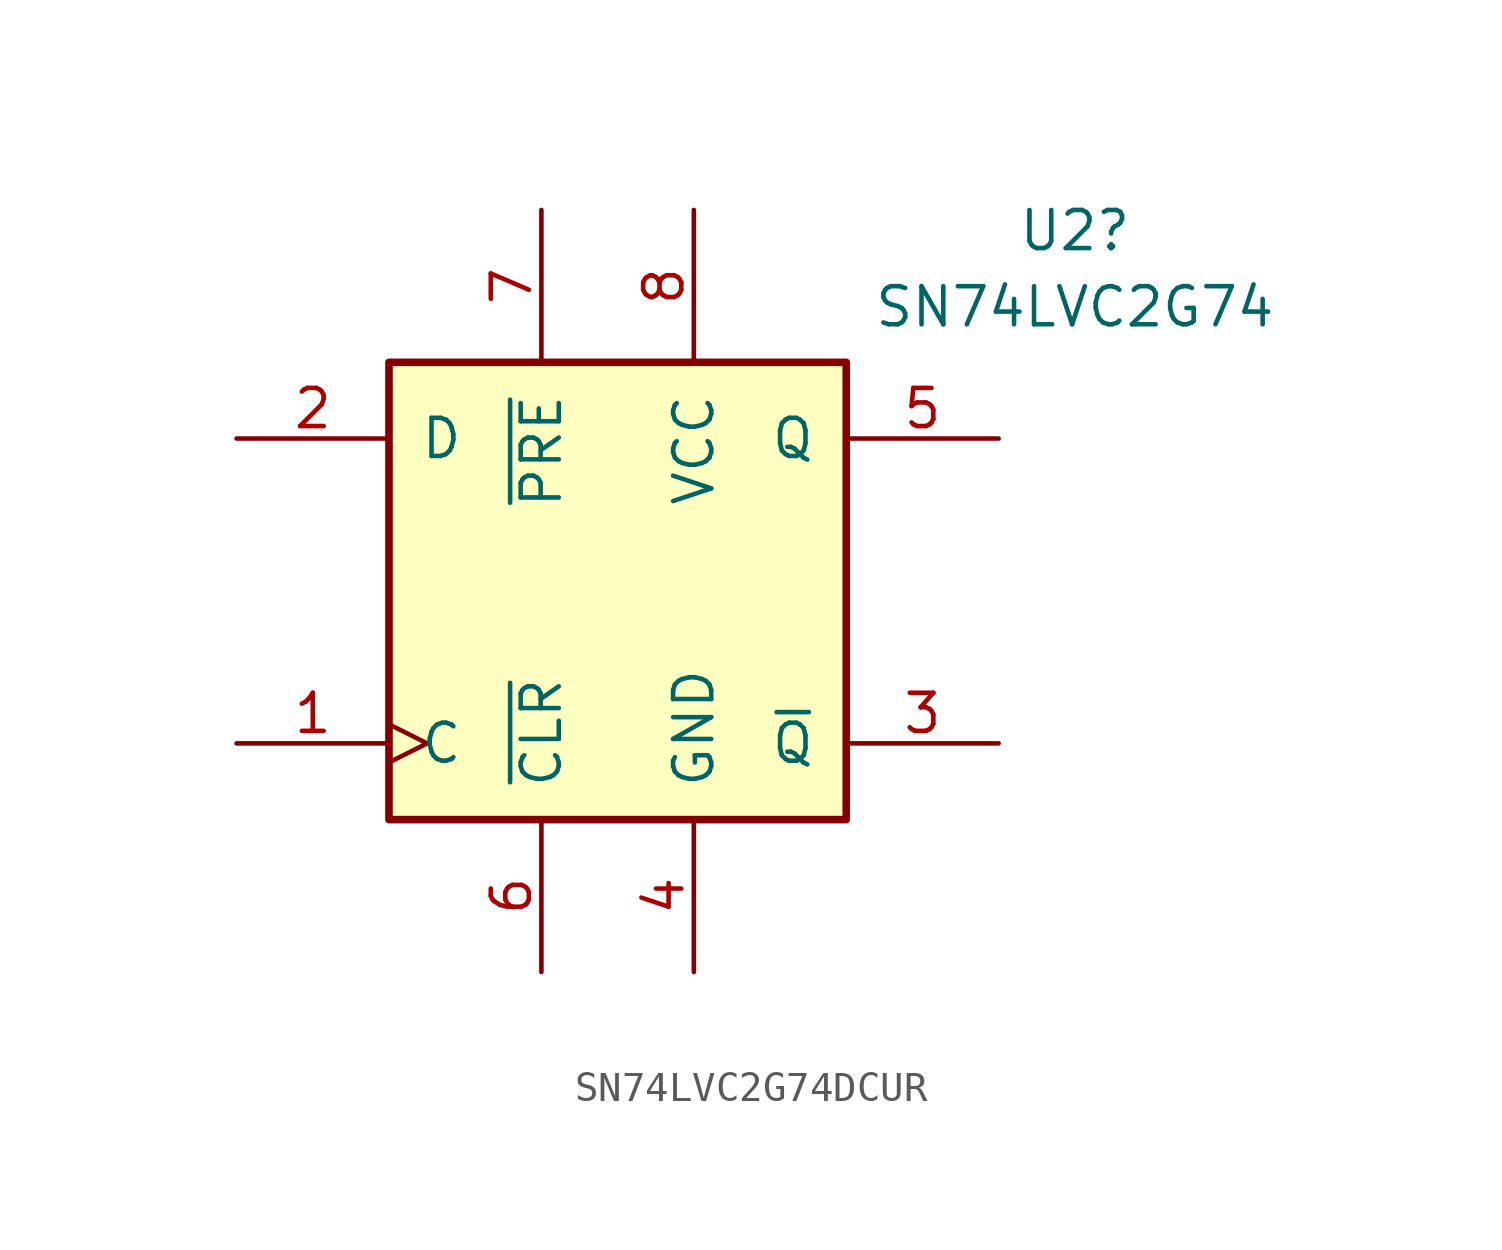
<source format=kicad_sym>
(kicad_symbol_lib
  (version 20220914)
  (generator kicad_symbol_editor)
  (symbol "SN74LVC2G74DCUR"
    (pin_names
      (offset 1.016))
    (property "Reference" "U2"
      (at 15.24 12.008 0)
      (effects (font (size 1.27 1.27))))
    (property "Value" "SN74LVC2G74"
      (at 15.24 9.468 0)
      (effects (font (size 1.27 1.27))))
    (symbol "SN74LVC2G74DCUR_0_1"
      (rectangle (start -7.62 7.62) (end 7.62 -7.62) (stroke (width 0.254) (type default)) (fill (type background))))
    (symbol "SN74LVC2G74DCUR_1_1"
      (pin input clock (at -12.7 -5.08 0) (length 5.08) (name "C" (effects (font (size 1.27 1.27)))) (number "1" (effects (font (size 1.27 1.27)))))
      (pin input line (at -12.7 5.08 0) (length 5.08) (name "D" (effects (font (size 1.27 1.27)))) (number "2" (effects (font (size 1.27 1.27)))))
      (pin output line (at 12.7 -5.08 180) (length 5.08) (name "~{Q}" (effects (font (size 1.27 1.27)))) (number "3" (effects (font (size 1.27 1.27)))))
      (pin power_in line (at 2.54 -12.7 90) (length 5.08) (name "GND" (effects (font (size 1.27 1.27)))) (number "4" (effects (font (size 1.27 1.27)))))
      (pin output line (at 12.7 5.08 180) (length 5.08) (name "Q" (effects (font (size 1.27 1.27)))) (number "5" (effects (font (size 1.27 1.27)))))
      (pin input line (at -2.54 -12.7 90) (length 5.08) (name "~{CLR}" (effects (font (size 1.27 1.27)))) (number "6" (effects (font (size 1.27 1.27)))))
      (pin input line (at -2.54 12.7 270) (length 5.08) (name "~{PRE}" (effects (font (size 1.27 1.27)))) (number "7" (effects (font (size 1.27 1.27)))))
      (pin power_in line (at 2.54 12.7 270) (length 5.08) (name "VCC" (effects (font (size 1.27 1.27)))) (number "8" (effects (font (size 1.27 1.27))))))))
</source>
